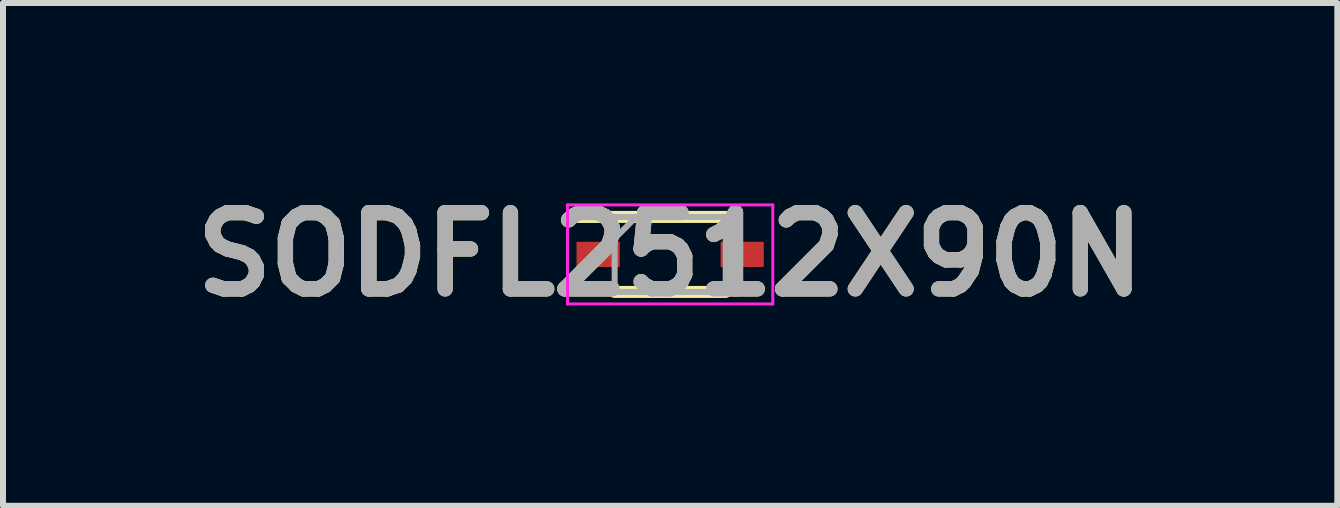
<source format=kicad_pcb>
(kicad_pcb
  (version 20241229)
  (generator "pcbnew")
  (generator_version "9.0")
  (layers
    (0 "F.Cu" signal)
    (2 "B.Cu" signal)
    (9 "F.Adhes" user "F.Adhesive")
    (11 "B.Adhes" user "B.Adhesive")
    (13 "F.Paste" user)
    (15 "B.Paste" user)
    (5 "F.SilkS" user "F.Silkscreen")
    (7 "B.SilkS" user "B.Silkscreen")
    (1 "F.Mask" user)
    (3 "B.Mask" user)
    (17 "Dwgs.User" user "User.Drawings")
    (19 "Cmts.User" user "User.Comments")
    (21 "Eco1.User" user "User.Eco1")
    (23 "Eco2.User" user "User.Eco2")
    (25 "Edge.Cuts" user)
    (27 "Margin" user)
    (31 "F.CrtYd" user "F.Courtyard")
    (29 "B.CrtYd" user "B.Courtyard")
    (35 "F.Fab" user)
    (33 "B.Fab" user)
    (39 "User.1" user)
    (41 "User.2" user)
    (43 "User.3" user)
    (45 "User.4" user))
  (footprint "SODFL2512X90N"
    (layer "F.Cu")
    (at 8.116 1.189)
    (property "Reference" "SODFL2512X90N" (at 0 0 0) (layer "F.SilkS") (effects (font (size 1.27 1.27) (thickness 0.254))))
    (attr smd)
    (fp_line (start -1.56 -0.625) (end 0.925 -0.625) (stroke (width 0.2) (type solid)) (layer "F.SilkS"))
    (fp_line (start -0.925 0.625) (end 0.925 0.625) (stroke (width 0.2) (type solid)) (layer "F.SilkS"))
    (fp_line (start -1.71 -0.825) (end 1.71 -0.825) (stroke (width 0.05) (type solid)) (layer "F.CrtYd"))
    (fp_line (start -1.71 0.825) (end -1.71 -0.825) (stroke (width 0.05) (type solid)) (layer "F.CrtYd"))
    (fp_line (start 1.71 -0.825) (end 1.71 0.825) (stroke (width 0.05) (type solid)) (layer "F.CrtYd"))
    (fp_line (start 1.71 0.825) (end -1.71 0.825) (stroke (width 0.05) (type solid)) (layer "F.CrtYd"))
    (fp_line (start -0.925 -0.625) (end 0.925 -0.625) (stroke (width 0.1) (type solid)) (layer "F.Fab"))
    (fp_line (start -0.925 -0.265) (end -0.565 -0.625) (stroke (width 0.1) (type solid)) (layer "F.Fab"))
    (fp_line (start -0.925 0.625) (end -0.925 -0.625) (stroke (width 0.1) (type solid)) (layer "F.Fab"))
    (fp_line (start 0.925 -0.625) (end 0.925 0.625) (stroke (width 0.1) (type solid)) (layer "F.Fab"))
    (fp_line (start 0.925 0.625) (end -0.925 0.625) (stroke (width 0.1) (type solid)) (layer "F.Fab"))
    (fp_text user "${REFERENCE}" (at 0 0 0) (layer "F.Fab") (effects (font (size 1.27 1.27) (thickness 0.254))))
    (pad "1" smd rect (at -1.2 0 90) (size 0.42 0.72) (layers "F.Cu" "F.Mask" "F.Paste"))
    (pad "2" smd rect (at 1.2 0 90) (size 0.42 0.72) (layers "F.Cu" "F.Mask" "F.Paste")))
  (gr_rect
    (start -3 -3)
    (end 19.232 5.377)
    (stroke (width 0.1) (type default))
    (fill no)
    (layer "Edge.Cuts")))
</source>
